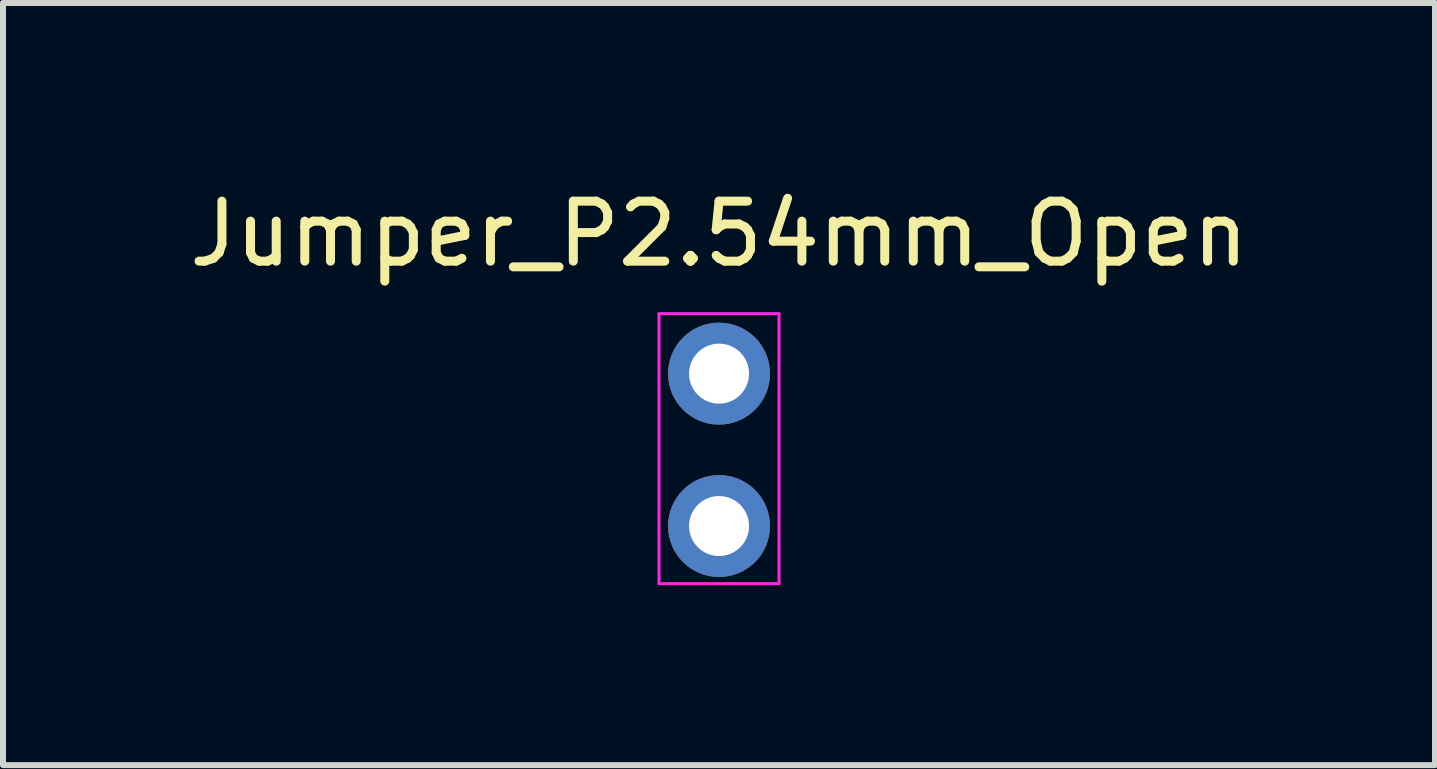
<source format=kicad_pcb>
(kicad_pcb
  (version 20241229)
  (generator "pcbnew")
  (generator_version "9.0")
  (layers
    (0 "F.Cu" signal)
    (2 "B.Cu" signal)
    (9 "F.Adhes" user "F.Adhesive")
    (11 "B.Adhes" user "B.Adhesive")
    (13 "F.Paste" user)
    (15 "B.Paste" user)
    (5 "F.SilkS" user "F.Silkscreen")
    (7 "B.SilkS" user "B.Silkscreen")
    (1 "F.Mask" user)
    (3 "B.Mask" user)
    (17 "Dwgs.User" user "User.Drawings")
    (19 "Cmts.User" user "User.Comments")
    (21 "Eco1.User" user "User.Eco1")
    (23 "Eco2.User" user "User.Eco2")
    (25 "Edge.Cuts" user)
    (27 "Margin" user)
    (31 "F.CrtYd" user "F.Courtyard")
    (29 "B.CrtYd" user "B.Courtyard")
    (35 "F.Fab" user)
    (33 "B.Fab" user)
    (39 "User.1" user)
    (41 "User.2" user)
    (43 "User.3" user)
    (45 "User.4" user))
  (footprint "Jumper_P2.54mm_Open"
    (layer "F.Cu")
    (at 8.935 3.178)
    (property "Reference" "Jumper_P2.54mm_Open" (at 0 -2.33 0) (layer "F.SilkS") (effects (font (size 1 1) (thickness 0.15))))
    (attr through_hole)
    (fp_line (start -1 -1) (end -1 3.5) (stroke (width 0.05) (type solid)) (layer "F.CrtYd"))
    (fp_line (start -1 3.5) (end 1 3.5) (stroke (width 0.05) (type solid)) (layer "F.CrtYd"))
    (fp_line (start 1 -1) (end -1 -1) (stroke (width 0.05) (type solid)) (layer "F.CrtYd"))
    (fp_line (start 1 3.5) (end 1 -1) (stroke (width 0.05) (type solid)) (layer "F.CrtYd"))
    (pad "1" thru_hole circle (at 0 0) (size 1.7 1.7) (drill 1) (layers "*.Cu" "*.Mask"))
    (pad "2" thru_hole circle (at 0 2.54) (size 1.7 1.7) (drill 1) (layers "*.Cu" "*.Mask")))
  (gr_rect
    (start -3 -3)
    (end 20.869 9.703)
    (stroke (width 0.1) (type default))
    (fill no)
    (layer "Edge.Cuts")))
</source>
